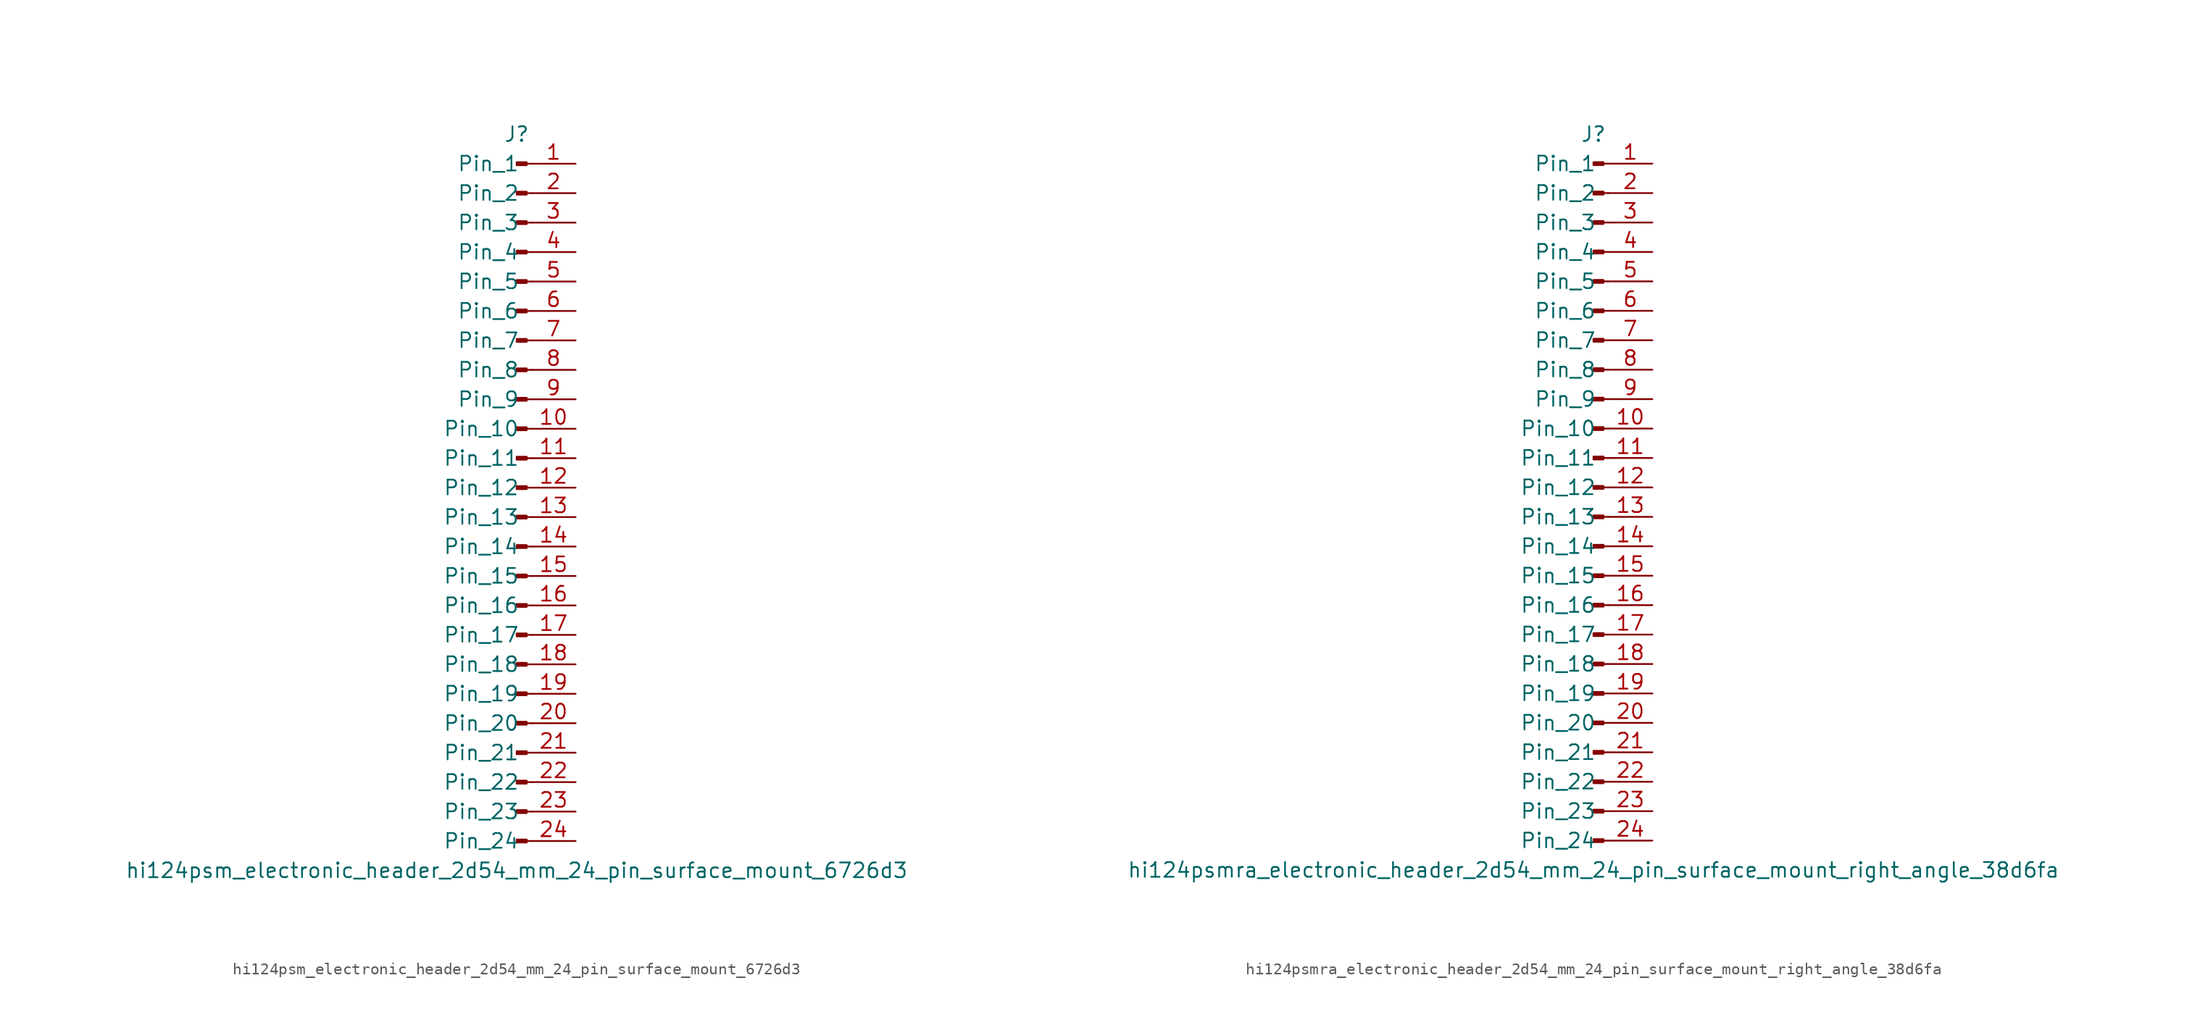
<source format=kicad_sym>
(kicad_symbol_lib
  (version 20220914)
  (generator kicad_symbol_editor)
  (symbol "hi124psm_electronic_header_2d54_mm_24_pin_surface_mount_6726d3"
    (pin_names
      (offset 1.016))
    (property "Reference" "J"
      (at 0 30.48 0)
      (effects (font (size 1.27 1.27))))
    (property "Value" "hi124psm_electronic_header_2d54_mm_24_pin_surface_mount_6726d3"
      (at 0 -33.02 0)
      (effects (font (size 1.27 1.27))))
    (property "ki_locked" ""
      (at 0 0 0)
      (effects (font (size 1.27 1.27))))
    (symbol "hi124psm_electronic_header_2d54_mm_24_pin_surface_mount_6726d3_1_1"
      (polyline (pts (xy 1.27 -30.48) (xy 0.864 -30.48)) (stroke (width 0.152) (type default)) (fill (type none)))
      (polyline (pts (xy 1.27 -27.94) (xy 0.864 -27.94)) (stroke (width 0.152) (type default)) (fill (type none)))
      (polyline (pts (xy 1.27 -25.4) (xy 0.864 -25.4)) (stroke (width 0.152) (type default)) (fill (type none)))
      (polyline (pts (xy 1.27 -22.86) (xy 0.864 -22.86)) (stroke (width 0.152) (type default)) (fill (type none)))
      (polyline (pts (xy 1.27 -20.32) (xy 0.864 -20.32)) (stroke (width 0.152) (type default)) (fill (type none)))
      (polyline (pts (xy 1.27 -17.78) (xy 0.864 -17.78)) (stroke (width 0.152) (type default)) (fill (type none)))
      (polyline (pts (xy 1.27 -15.24) (xy 0.864 -15.24)) (stroke (width 0.152) (type default)) (fill (type none)))
      (polyline (pts (xy 1.27 -12.7) (xy 0.864 -12.7)) (stroke (width 0.152) (type default)) (fill (type none)))
      (polyline (pts (xy 1.27 -10.16) (xy 0.864 -10.16)) (stroke (width 0.152) (type default)) (fill (type none)))
      (polyline (pts (xy 1.27 -7.62) (xy 0.864 -7.62)) (stroke (width 0.152) (type default)) (fill (type none)))
      (polyline (pts (xy 1.27 -5.08) (xy 0.864 -5.08)) (stroke (width 0.152) (type default)) (fill (type none)))
      (polyline (pts (xy 1.27 -2.54) (xy 0.864 -2.54)) (stroke (width 0.152) (type default)) (fill (type none)))
      (polyline (pts (xy 1.27 0) (xy 0.864 0)) (stroke (width 0.152) (type default)) (fill (type none)))
      (polyline (pts (xy 1.27 2.54) (xy 0.864 2.54)) (stroke (width 0.152) (type default)) (fill (type none)))
      (polyline (pts (xy 1.27 5.08) (xy 0.864 5.08)) (stroke (width 0.152) (type default)) (fill (type none)))
      (polyline (pts (xy 1.27 7.62) (xy 0.864 7.62)) (stroke (width 0.152) (type default)) (fill (type none)))
      (polyline (pts (xy 1.27 10.16) (xy 0.864 10.16)) (stroke (width 0.152) (type default)) (fill (type none)))
      (polyline (pts (xy 1.27 12.7) (xy 0.864 12.7)) (stroke (width 0.152) (type default)) (fill (type none)))
      (polyline (pts (xy 1.27 15.24) (xy 0.864 15.24)) (stroke (width 0.152) (type default)) (fill (type none)))
      (polyline (pts (xy 1.27 17.78) (xy 0.864 17.78)) (stroke (width 0.152) (type default)) (fill (type none)))
      (polyline (pts (xy 1.27 20.32) (xy 0.864 20.32)) (stroke (width 0.152) (type default)) (fill (type none)))
      (polyline (pts (xy 1.27 22.86) (xy 0.864 22.86)) (stroke (width 0.152) (type default)) (fill (type none)))
      (polyline (pts (xy 1.27 25.4) (xy 0.864 25.4)) (stroke (width 0.152) (type default)) (fill (type none)))
      (polyline (pts (xy 1.27 27.94) (xy 0.864 27.94)) (stroke (width 0.152) (type default)) (fill (type none)))
      (rectangle (start 0.864 -30.353) (end 0 -30.607) (stroke (width 0.152) (type default)) (fill (type outline)))
      (rectangle (start 0.864 -27.813) (end 0 -28.067) (stroke (width 0.152) (type default)) (fill (type outline)))
      (rectangle (start 0.864 -25.273) (end 0 -25.527) (stroke (width 0.152) (type default)) (fill (type outline)))
      (rectangle (start 0.864 -22.733) (end 0 -22.987) (stroke (width 0.152) (type default)) (fill (type outline)))
      (rectangle (start 0.864 -20.193) (end 0 -20.447) (stroke (width 0.152) (type default)) (fill (type outline)))
      (rectangle (start 0.864 -17.653) (end 0 -17.907) (stroke (width 0.152) (type default)) (fill (type outline)))
      (rectangle (start 0.864 -15.113) (end 0 -15.367) (stroke (width 0.152) (type default)) (fill (type outline)))
      (rectangle (start 0.864 -12.573) (end 0 -12.827) (stroke (width 0.152) (type default)) (fill (type outline)))
      (rectangle (start 0.864 -10.033) (end 0 -10.287) (stroke (width 0.152) (type default)) (fill (type outline)))
      (rectangle (start 0.864 -7.493) (end 0 -7.747) (stroke (width 0.152) (type default)) (fill (type outline)))
      (rectangle (start 0.864 -4.953) (end 0 -5.207) (stroke (width 0.152) (type default)) (fill (type outline)))
      (rectangle (start 0.864 -2.413) (end 0 -2.667) (stroke (width 0.152) (type default)) (fill (type outline)))
      (rectangle (start 0.864 0.127) (end 0 -0.127) (stroke (width 0.152) (type default)) (fill (type outline)))
      (rectangle (start 0.864 2.667) (end 0 2.413) (stroke (width 0.152) (type default)) (fill (type outline)))
      (rectangle (start 0.864 5.207) (end 0 4.953) (stroke (width 0.152) (type default)) (fill (type outline)))
      (rectangle (start 0.864 7.747) (end 0 7.493) (stroke (width 0.152) (type default)) (fill (type outline)))
      (rectangle (start 0.864 10.287) (end 0 10.033) (stroke (width 0.152) (type default)) (fill (type outline)))
      (rectangle (start 0.864 12.827) (end 0 12.573) (stroke (width 0.152) (type default)) (fill (type outline)))
      (rectangle (start 0.864 15.367) (end 0 15.113) (stroke (width 0.152) (type default)) (fill (type outline)))
      (rectangle (start 0.864 17.907) (end 0 17.653) (stroke (width 0.152) (type default)) (fill (type outline)))
      (rectangle (start 0.864 20.447) (end 0 20.193) (stroke (width 0.152) (type default)) (fill (type outline)))
      (rectangle (start 0.864 22.987) (end 0 22.733) (stroke (width 0.152) (type default)) (fill (type outline)))
      (rectangle (start 0.864 25.527) (end 0 25.273) (stroke (width 0.152) (type default)) (fill (type outline)))
      (rectangle (start 0.864 28.067) (end 0 27.813) (stroke (width 0.152) (type default)) (fill (type outline)))
      (pin passive line (at 5.08 27.94 180) (length 3.81) (name "Pin_1" (effects (font (size 1.27 1.27)))) (number "1" (effects (font (size 1.27 1.27)))))
      (pin passive line (at 5.08 5.08 180) (length 3.81) (name "Pin_10" (effects (font (size 1.27 1.27)))) (number "10" (effects (font (size 1.27 1.27)))))
      (pin passive line (at 5.08 2.54 180) (length 3.81) (name "Pin_11" (effects (font (size 1.27 1.27)))) (number "11" (effects (font (size 1.27 1.27)))))
      (pin passive line (at 5.08 0 180) (length 3.81) (name "Pin_12" (effects (font (size 1.27 1.27)))) (number "12" (effects (font (size 1.27 1.27)))))
      (pin passive line (at 5.08 -2.54 180) (length 3.81) (name "Pin_13" (effects (font (size 1.27 1.27)))) (number "13" (effects (font (size 1.27 1.27)))))
      (pin passive line (at 5.08 -5.08 180) (length 3.81) (name "Pin_14" (effects (font (size 1.27 1.27)))) (number "14" (effects (font (size 1.27 1.27)))))
      (pin passive line (at 5.08 -7.62 180) (length 3.81) (name "Pin_15" (effects (font (size 1.27 1.27)))) (number "15" (effects (font (size 1.27 1.27)))))
      (pin passive line (at 5.08 -10.16 180) (length 3.81) (name "Pin_16" (effects (font (size 1.27 1.27)))) (number "16" (effects (font (size 1.27 1.27)))))
      (pin passive line (at 5.08 -12.7 180) (length 3.81) (name "Pin_17" (effects (font (size 1.27 1.27)))) (number "17" (effects (font (size 1.27 1.27)))))
      (pin passive line (at 5.08 -15.24 180) (length 3.81) (name "Pin_18" (effects (font (size 1.27 1.27)))) (number "18" (effects (font (size 1.27 1.27)))))
      (pin passive line (at 5.08 -17.78 180) (length 3.81) (name "Pin_19" (effects (font (size 1.27 1.27)))) (number "19" (effects (font (size 1.27 1.27)))))
      (pin passive line (at 5.08 25.4 180) (length 3.81) (name "Pin_2" (effects (font (size 1.27 1.27)))) (number "2" (effects (font (size 1.27 1.27)))))
      (pin passive line (at 5.08 -20.32 180) (length 3.81) (name "Pin_20" (effects (font (size 1.27 1.27)))) (number "20" (effects (font (size 1.27 1.27)))))
      (pin passive line (at 5.08 -22.86 180) (length 3.81) (name "Pin_21" (effects (font (size 1.27 1.27)))) (number "21" (effects (font (size 1.27 1.27)))))
      (pin passive line (at 5.08 -25.4 180) (length 3.81) (name "Pin_22" (effects (font (size 1.27 1.27)))) (number "22" (effects (font (size 1.27 1.27)))))
      (pin passive line (at 5.08 -27.94 180) (length 3.81) (name "Pin_23" (effects (font (size 1.27 1.27)))) (number "23" (effects (font (size 1.27 1.27)))))
      (pin passive line (at 5.08 -30.48 180) (length 3.81) (name "Pin_24" (effects (font (size 1.27 1.27)))) (number "24" (effects (font (size 1.27 1.27)))))
      (pin passive line (at 5.08 22.86 180) (length 3.81) (name "Pin_3" (effects (font (size 1.27 1.27)))) (number "3" (effects (font (size 1.27 1.27)))))
      (pin passive line (at 5.08 20.32 180) (length 3.81) (name "Pin_4" (effects (font (size 1.27 1.27)))) (number "4" (effects (font (size 1.27 1.27)))))
      (pin passive line (at 5.08 17.78 180) (length 3.81) (name "Pin_5" (effects (font (size 1.27 1.27)))) (number "5" (effects (font (size 1.27 1.27)))))
      (pin passive line (at 5.08 15.24 180) (length 3.81) (name "Pin_6" (effects (font (size 1.27 1.27)))) (number "6" (effects (font (size 1.27 1.27)))))
      (pin passive line (at 5.08 12.7 180) (length 3.81) (name "Pin_7" (effects (font (size 1.27 1.27)))) (number "7" (effects (font (size 1.27 1.27)))))
      (pin passive line (at 5.08 10.16 180) (length 3.81) (name "Pin_8" (effects (font (size 1.27 1.27)))) (number "8" (effects (font (size 1.27 1.27)))))
      (pin passive line (at 5.08 7.62 180) (length 3.81) (name "Pin_9" (effects (font (size 1.27 1.27)))) (number "9" (effects (font (size 1.27 1.27)))))))
  (symbol "hi124psmra_electronic_header_2d54_mm_24_pin_surface_mount_right_angle_38d6fa"
    (pin_names
      (offset 1.016))
    (property "Reference" "J"
      (at 0 30.48 0)
      (effects (font (size 1.27 1.27))))
    (property "Value" "hi124psmra_electronic_header_2d54_mm_24_pin_surface_mount_right_angle_38d6fa"
      (at 0 -33.02 0)
      (effects (font (size 1.27 1.27))))
    (property "ki_locked" ""
      (at 0 0 0)
      (effects (font (size 1.27 1.27))))
    (symbol "hi124psmra_electronic_header_2d54_mm_24_pin_surface_mount_right_angle_38d6fa_1_1"
      (polyline (pts (xy 1.27 -30.48) (xy 0.864 -30.48)) (stroke (width 0.152) (type default)) (fill (type none)))
      (polyline (pts (xy 1.27 -27.94) (xy 0.864 -27.94)) (stroke (width 0.152) (type default)) (fill (type none)))
      (polyline (pts (xy 1.27 -25.4) (xy 0.864 -25.4)) (stroke (width 0.152) (type default)) (fill (type none)))
      (polyline (pts (xy 1.27 -22.86) (xy 0.864 -22.86)) (stroke (width 0.152) (type default)) (fill (type none)))
      (polyline (pts (xy 1.27 -20.32) (xy 0.864 -20.32)) (stroke (width 0.152) (type default)) (fill (type none)))
      (polyline (pts (xy 1.27 -17.78) (xy 0.864 -17.78)) (stroke (width 0.152) (type default)) (fill (type none)))
      (polyline (pts (xy 1.27 -15.24) (xy 0.864 -15.24)) (stroke (width 0.152) (type default)) (fill (type none)))
      (polyline (pts (xy 1.27 -12.7) (xy 0.864 -12.7)) (stroke (width 0.152) (type default)) (fill (type none)))
      (polyline (pts (xy 1.27 -10.16) (xy 0.864 -10.16)) (stroke (width 0.152) (type default)) (fill (type none)))
      (polyline (pts (xy 1.27 -7.62) (xy 0.864 -7.62)) (stroke (width 0.152) (type default)) (fill (type none)))
      (polyline (pts (xy 1.27 -5.08) (xy 0.864 -5.08)) (stroke (width 0.152) (type default)) (fill (type none)))
      (polyline (pts (xy 1.27 -2.54) (xy 0.864 -2.54)) (stroke (width 0.152) (type default)) (fill (type none)))
      (polyline (pts (xy 1.27 0) (xy 0.864 0)) (stroke (width 0.152) (type default)) (fill (type none)))
      (polyline (pts (xy 1.27 2.54) (xy 0.864 2.54)) (stroke (width 0.152) (type default)) (fill (type none)))
      (polyline (pts (xy 1.27 5.08) (xy 0.864 5.08)) (stroke (width 0.152) (type default)) (fill (type none)))
      (polyline (pts (xy 1.27 7.62) (xy 0.864 7.62)) (stroke (width 0.152) (type default)) (fill (type none)))
      (polyline (pts (xy 1.27 10.16) (xy 0.864 10.16)) (stroke (width 0.152) (type default)) (fill (type none)))
      (polyline (pts (xy 1.27 12.7) (xy 0.864 12.7)) (stroke (width 0.152) (type default)) (fill (type none)))
      (polyline (pts (xy 1.27 15.24) (xy 0.864 15.24)) (stroke (width 0.152) (type default)) (fill (type none)))
      (polyline (pts (xy 1.27 17.78) (xy 0.864 17.78)) (stroke (width 0.152) (type default)) (fill (type none)))
      (polyline (pts (xy 1.27 20.32) (xy 0.864 20.32)) (stroke (width 0.152) (type default)) (fill (type none)))
      (polyline (pts (xy 1.27 22.86) (xy 0.864 22.86)) (stroke (width 0.152) (type default)) (fill (type none)))
      (polyline (pts (xy 1.27 25.4) (xy 0.864 25.4)) (stroke (width 0.152) (type default)) (fill (type none)))
      (polyline (pts (xy 1.27 27.94) (xy 0.864 27.94)) (stroke (width 0.152) (type default)) (fill (type none)))
      (rectangle (start 0.864 -30.353) (end 0 -30.607) (stroke (width 0.152) (type default)) (fill (type outline)))
      (rectangle (start 0.864 -27.813) (end 0 -28.067) (stroke (width 0.152) (type default)) (fill (type outline)))
      (rectangle (start 0.864 -25.273) (end 0 -25.527) (stroke (width 0.152) (type default)) (fill (type outline)))
      (rectangle (start 0.864 -22.733) (end 0 -22.987) (stroke (width 0.152) (type default)) (fill (type outline)))
      (rectangle (start 0.864 -20.193) (end 0 -20.447) (stroke (width 0.152) (type default)) (fill (type outline)))
      (rectangle (start 0.864 -17.653) (end 0 -17.907) (stroke (width 0.152) (type default)) (fill (type outline)))
      (rectangle (start 0.864 -15.113) (end 0 -15.367) (stroke (width 0.152) (type default)) (fill (type outline)))
      (rectangle (start 0.864 -12.573) (end 0 -12.827) (stroke (width 0.152) (type default)) (fill (type outline)))
      (rectangle (start 0.864 -10.033) (end 0 -10.287) (stroke (width 0.152) (type default)) (fill (type outline)))
      (rectangle (start 0.864 -7.493) (end 0 -7.747) (stroke (width 0.152) (type default)) (fill (type outline)))
      (rectangle (start 0.864 -4.953) (end 0 -5.207) (stroke (width 0.152) (type default)) (fill (type outline)))
      (rectangle (start 0.864 -2.413) (end 0 -2.667) (stroke (width 0.152) (type default)) (fill (type outline)))
      (rectangle (start 0.864 0.127) (end 0 -0.127) (stroke (width 0.152) (type default)) (fill (type outline)))
      (rectangle (start 0.864 2.667) (end 0 2.413) (stroke (width 0.152) (type default)) (fill (type outline)))
      (rectangle (start 0.864 5.207) (end 0 4.953) (stroke (width 0.152) (type default)) (fill (type outline)))
      (rectangle (start 0.864 7.747) (end 0 7.493) (stroke (width 0.152) (type default)) (fill (type outline)))
      (rectangle (start 0.864 10.287) (end 0 10.033) (stroke (width 0.152) (type default)) (fill (type outline)))
      (rectangle (start 0.864 12.827) (end 0 12.573) (stroke (width 0.152) (type default)) (fill (type outline)))
      (rectangle (start 0.864 15.367) (end 0 15.113) (stroke (width 0.152) (type default)) (fill (type outline)))
      (rectangle (start 0.864 17.907) (end 0 17.653) (stroke (width 0.152) (type default)) (fill (type outline)))
      (rectangle (start 0.864 20.447) (end 0 20.193) (stroke (width 0.152) (type default)) (fill (type outline)))
      (rectangle (start 0.864 22.987) (end 0 22.733) (stroke (width 0.152) (type default)) (fill (type outline)))
      (rectangle (start 0.864 25.527) (end 0 25.273) (stroke (width 0.152) (type default)) (fill (type outline)))
      (rectangle (start 0.864 28.067) (end 0 27.813) (stroke (width 0.152) (type default)) (fill (type outline)))
      (pin passive line (at 5.08 27.94 180) (length 3.81) (name "Pin_1" (effects (font (size 1.27 1.27)))) (number "1" (effects (font (size 1.27 1.27)))))
      (pin passive line (at 5.08 5.08 180) (length 3.81) (name "Pin_10" (effects (font (size 1.27 1.27)))) (number "10" (effects (font (size 1.27 1.27)))))
      (pin passive line (at 5.08 2.54 180) (length 3.81) (name "Pin_11" (effects (font (size 1.27 1.27)))) (number "11" (effects (font (size 1.27 1.27)))))
      (pin passive line (at 5.08 0 180) (length 3.81) (name "Pin_12" (effects (font (size 1.27 1.27)))) (number "12" (effects (font (size 1.27 1.27)))))
      (pin passive line (at 5.08 -2.54 180) (length 3.81) (name "Pin_13" (effects (font (size 1.27 1.27)))) (number "13" (effects (font (size 1.27 1.27)))))
      (pin passive line (at 5.08 -5.08 180) (length 3.81) (name "Pin_14" (effects (font (size 1.27 1.27)))) (number "14" (effects (font (size 1.27 1.27)))))
      (pin passive line (at 5.08 -7.62 180) (length 3.81) (name "Pin_15" (effects (font (size 1.27 1.27)))) (number "15" (effects (font (size 1.27 1.27)))))
      (pin passive line (at 5.08 -10.16 180) (length 3.81) (name "Pin_16" (effects (font (size 1.27 1.27)))) (number "16" (effects (font (size 1.27 1.27)))))
      (pin passive line (at 5.08 -12.7 180) (length 3.81) (name "Pin_17" (effects (font (size 1.27 1.27)))) (number "17" (effects (font (size 1.27 1.27)))))
      (pin passive line (at 5.08 -15.24 180) (length 3.81) (name "Pin_18" (effects (font (size 1.27 1.27)))) (number "18" (effects (font (size 1.27 1.27)))))
      (pin passive line (at 5.08 -17.78 180) (length 3.81) (name "Pin_19" (effects (font (size 1.27 1.27)))) (number "19" (effects (font (size 1.27 1.27)))))
      (pin passive line (at 5.08 25.4 180) (length 3.81) (name "Pin_2" (effects (font (size 1.27 1.27)))) (number "2" (effects (font (size 1.27 1.27)))))
      (pin passive line (at 5.08 -20.32 180) (length 3.81) (name "Pin_20" (effects (font (size 1.27 1.27)))) (number "20" (effects (font (size 1.27 1.27)))))
      (pin passive line (at 5.08 -22.86 180) (length 3.81) (name "Pin_21" (effects (font (size 1.27 1.27)))) (number "21" (effects (font (size 1.27 1.27)))))
      (pin passive line (at 5.08 -25.4 180) (length 3.81) (name "Pin_22" (effects (font (size 1.27 1.27)))) (number "22" (effects (font (size 1.27 1.27)))))
      (pin passive line (at 5.08 -27.94 180) (length 3.81) (name "Pin_23" (effects (font (size 1.27 1.27)))) (number "23" (effects (font (size 1.27 1.27)))))
      (pin passive line (at 5.08 -30.48 180) (length 3.81) (name "Pin_24" (effects (font (size 1.27 1.27)))) (number "24" (effects (font (size 1.27 1.27)))))
      (pin passive line (at 5.08 22.86 180) (length 3.81) (name "Pin_3" (effects (font (size 1.27 1.27)))) (number "3" (effects (font (size 1.27 1.27)))))
      (pin passive line (at 5.08 20.32 180) (length 3.81) (name "Pin_4" (effects (font (size 1.27 1.27)))) (number "4" (effects (font (size 1.27 1.27)))))
      (pin passive line (at 5.08 17.78 180) (length 3.81) (name "Pin_5" (effects (font (size 1.27 1.27)))) (number "5" (effects (font (size 1.27 1.27)))))
      (pin passive line (at 5.08 15.24 180) (length 3.81) (name "Pin_6" (effects (font (size 1.27 1.27)))) (number "6" (effects (font (size 1.27 1.27)))))
      (pin passive line (at 5.08 12.7 180) (length 3.81) (name "Pin_7" (effects (font (size 1.27 1.27)))) (number "7" (effects (font (size 1.27 1.27)))))
      (pin passive line (at 5.08 10.16 180) (length 3.81) (name "Pin_8" (effects (font (size 1.27 1.27)))) (number "8" (effects (font (size 1.27 1.27)))))
      (pin passive line (at 5.08 7.62 180) (length 3.81) (name "Pin_9" (effects (font (size 1.27 1.27)))) (number "9" (effects (font (size 1.27 1.27))))))))
</source>
